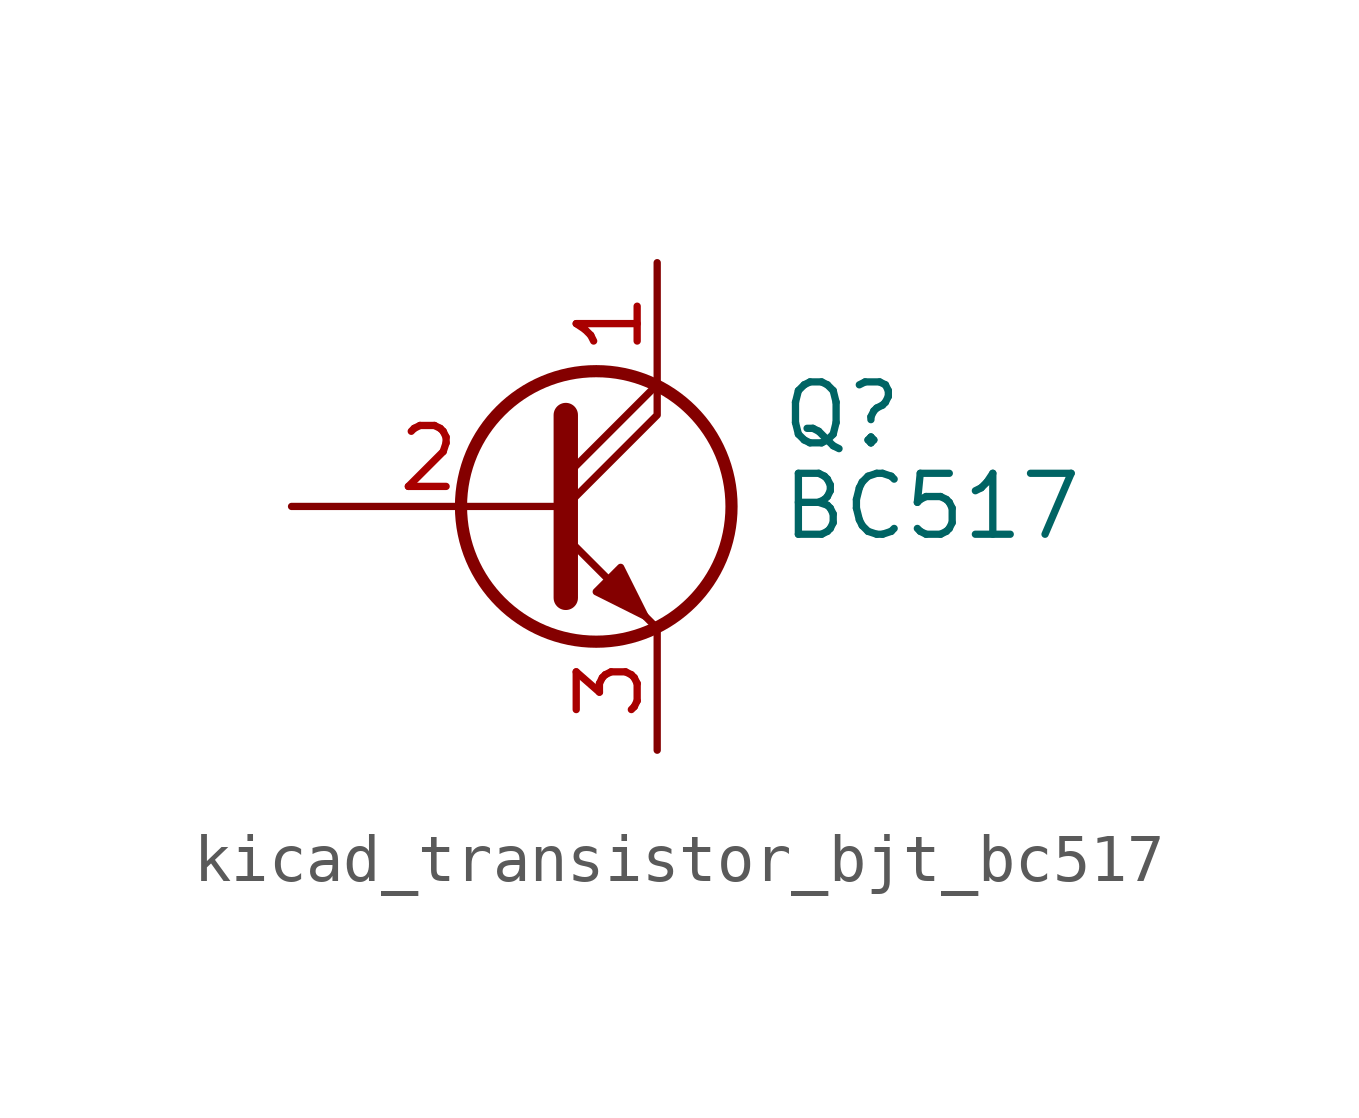
<source format=kicad_sym>
(kicad_symbol_lib
  (version 20220914)
  (generator kicad_symbol_editor)
  (symbol "kicad_transistor_bjt_bc517"
    (pin_names
      (offset 0) hide)
    (property "Reference" "Q"
      (at 5.08 1.905 0)
      (effects (font (size 1.27 1.27)) (justify left)))
    (property "Value" "BC517"
      (at 5.08 0 0)
      (effects (font (size 1.27 1.27)) (justify left)))
    (symbol "kicad_transistor_bjt_bc517_0_1"
      (polyline (pts (xy 0.635 0.635) (xy 2.54 2.54)) (stroke (width 0) (type default)) (fill (type none)))
      (polyline (pts (xy 0.635 -0.635) (xy 2.54 -2.54) (xy 2.54 -2.54)) (stroke (width 0) (type default)) (fill (type none)))
      (polyline (pts (xy 0.635 0) (xy 2.54 1.905) (xy 2.54 2.54)) (stroke (width 0) (type default)) (fill (type none)))
      (polyline (pts (xy 0.635 1.905) (xy 0.635 -1.905) (xy 0.635 -1.905)) (stroke (width 0.508) (type default)) (fill (type none)))
      (polyline (pts (xy 1.27 -1.778) (xy 1.778 -1.27) (xy 2.286 -2.286) (xy 1.27 -1.778) (xy 1.27 -1.778)) (stroke (width 0) (type default)) (fill (type outline)))
      (circle (center 1.27 0) (radius 2.819) (stroke (width 0.254) (type default)) (fill (type none))))
    (symbol "kicad_transistor_bjt_bc517_1_1"
      (pin passive line (at 2.54 5.08 270) (length 2.54) (name "C" (effects (font (size 1.27 1.27)))) (number "1" (effects (font (size 1.27 1.27)))))
      (pin input line (at -5.08 0 0) (length 5.715) (name "B" (effects (font (size 1.27 1.27)))) (number "2" (effects (font (size 1.27 1.27)))))
      (pin passive line (at 2.54 -5.08 90) (length 2.54) (name "E" (effects (font (size 1.27 1.27)))) (number "3" (effects (font (size 1.27 1.27))))))))
</source>
